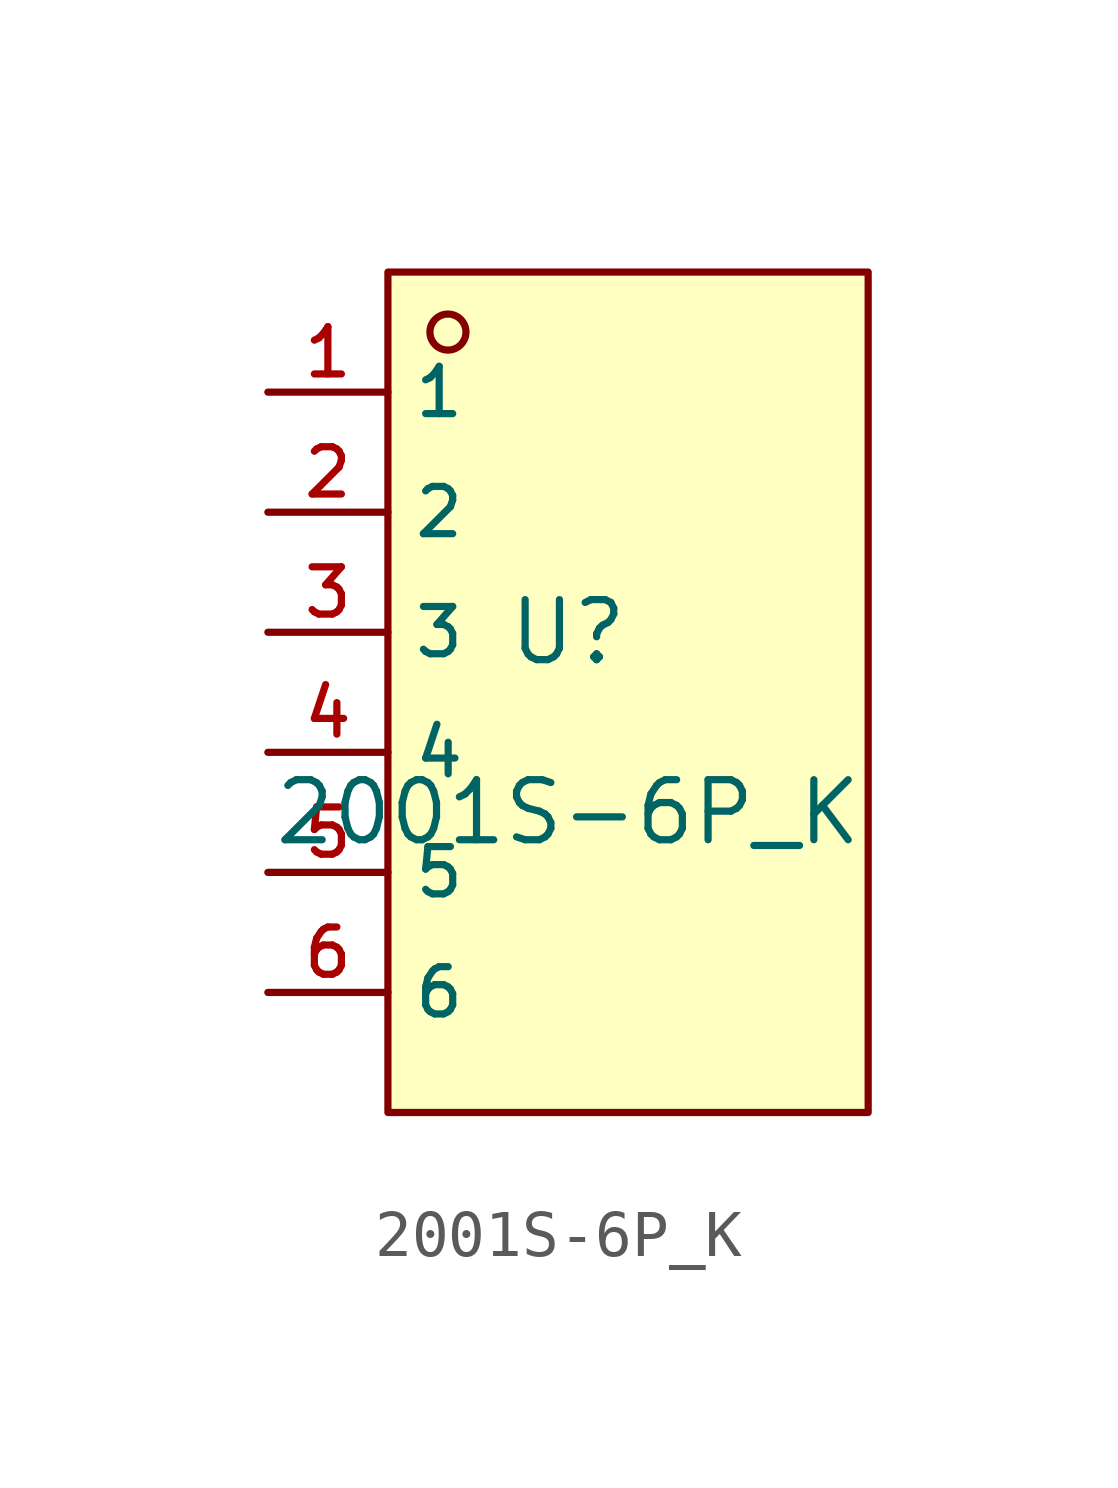
<source format=kicad_sym>
(kicad_symbol_lib
  (version 20210201)
  (generator TousstNicolas/JLC2KiCad_lib)
  (symbol "2001S-6P_K"
    (property "Reference" "U"
      (at 0 1.27 0)
      (effects (font (size 1.27 1.27))))
    (property "Value" "2001S-6P_K"
      (at 0 -2.54 0)
      (effects (font (size 1.27 1.27))))
    (symbol "2001S-6P_K_0_1"
      (rectangle (start -3.81 8.89) (end 6.35 -8.89) (stroke (width 0) (type default) (color 0 0 0 0)) (fill (type background)))
      (circle (center -2.54 7.62) (radius 0.381) (stroke (width 0) (type default) (color 0 0 0 0)) (fill (type background)))
      (pin unspecified line (at -6.35 6.35 0) (length 2.54) (name "1" (effects (font (size 1 1)))) (number "1" (effects (font (size 1 1)))))
      (pin unspecified line (at -6.35 3.81 0) (length 2.54) (name "2" (effects (font (size 1 1)))) (number "2" (effects (font (size 1 1)))))
      (pin unspecified line (at -6.35 1.27 0) (length 2.54) (name "3" (effects (font (size 1 1)))) (number "3" (effects (font (size 1 1)))))
      (pin unspecified line (at -6.35 -1.27 0) (length 2.54) (name "4" (effects (font (size 1 1)))) (number "4" (effects (font (size 1 1)))))
      (pin unspecified line (at -6.35 -3.81 0) (length 2.54) (name "5" (effects (font (size 1 1)))) (number "5" (effects (font (size 1 1)))))
      (pin unspecified line (at -6.35 -6.35 0) (length 2.54) (name "6" (effects (font (size 1 1)))) (number "6" (effects (font (size 1 1))))))))
</source>
